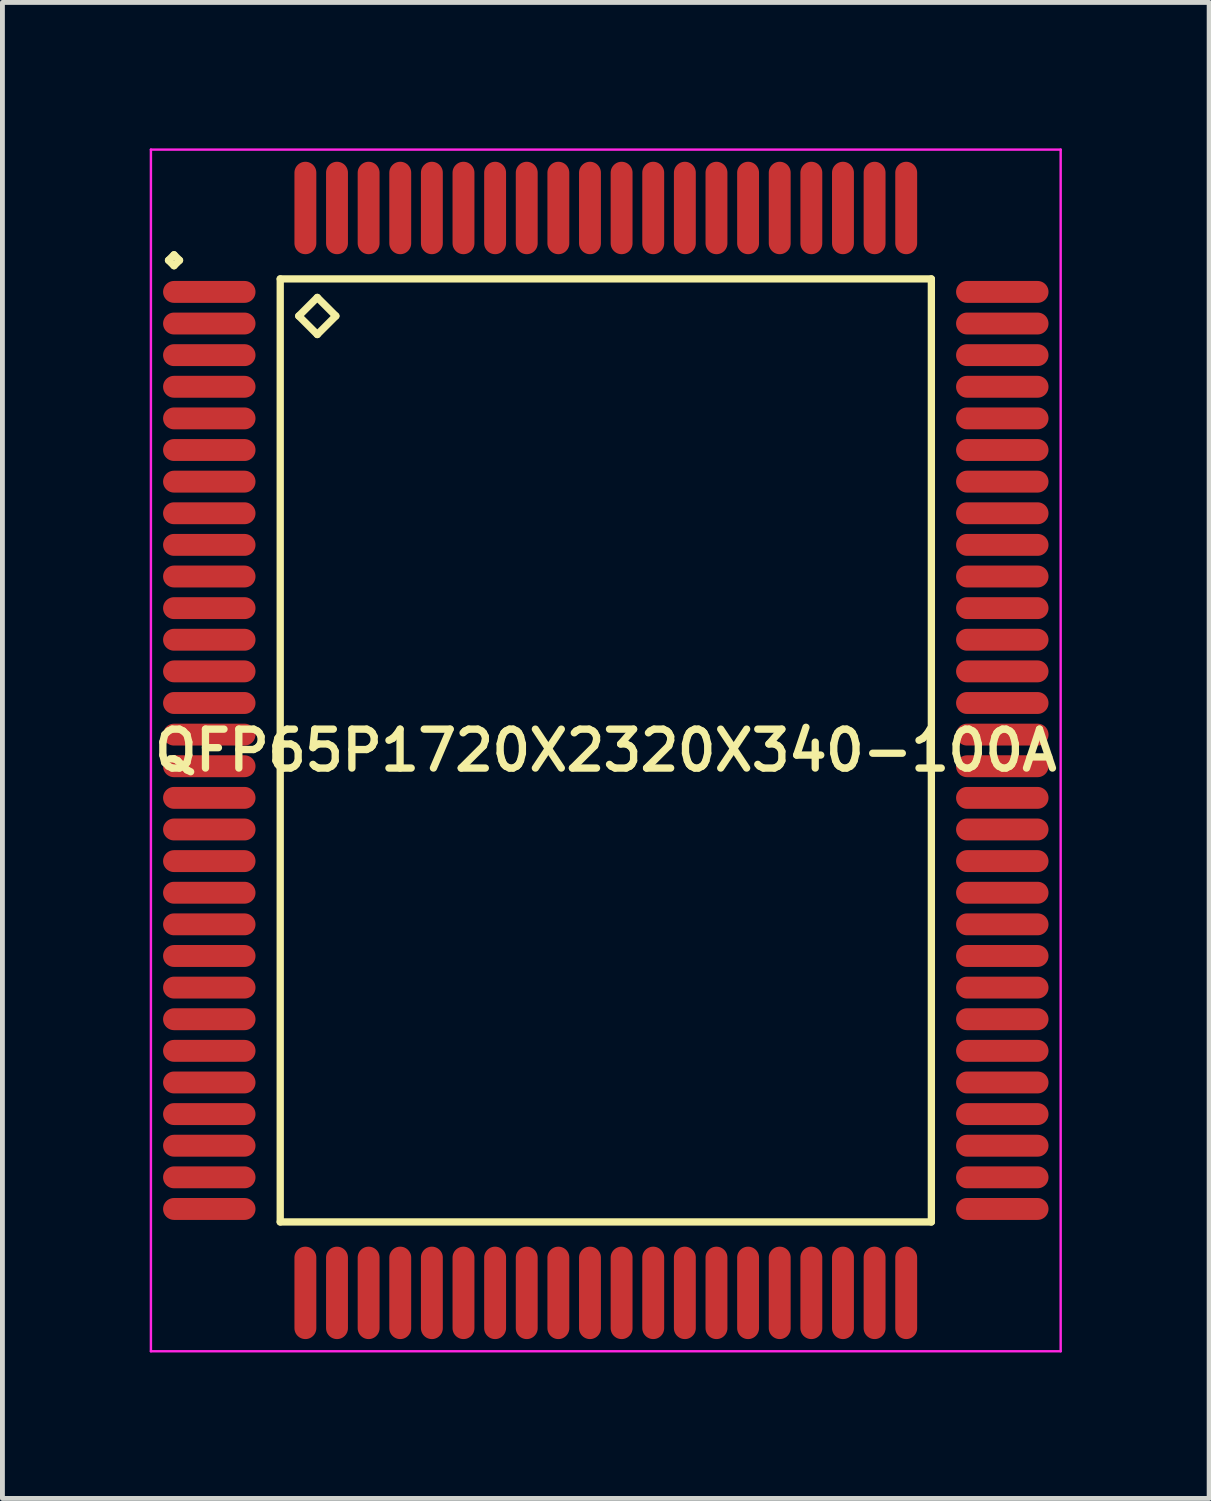
<source format=kicad_pcb>
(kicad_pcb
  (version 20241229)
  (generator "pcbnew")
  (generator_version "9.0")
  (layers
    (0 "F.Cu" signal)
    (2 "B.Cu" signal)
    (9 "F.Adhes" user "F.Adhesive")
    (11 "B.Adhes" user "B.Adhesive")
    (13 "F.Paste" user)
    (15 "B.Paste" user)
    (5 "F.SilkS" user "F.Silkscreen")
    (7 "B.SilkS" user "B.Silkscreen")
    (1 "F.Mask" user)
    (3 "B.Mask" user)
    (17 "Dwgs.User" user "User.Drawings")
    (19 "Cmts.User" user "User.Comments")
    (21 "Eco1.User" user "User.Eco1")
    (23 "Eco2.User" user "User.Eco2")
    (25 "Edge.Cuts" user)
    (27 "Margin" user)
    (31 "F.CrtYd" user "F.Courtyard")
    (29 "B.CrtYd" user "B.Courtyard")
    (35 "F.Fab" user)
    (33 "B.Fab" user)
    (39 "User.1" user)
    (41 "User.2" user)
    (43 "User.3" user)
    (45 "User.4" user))
  (footprint "QFP65P1720X2320X340-100A"
    (layer "F.Cu")
    (at 9.402 12.375)
    (property "Reference" "QFP65P1720X2320X340-100A" (at 0 0 0) (layer "F.SilkS") (effects (font (size 0.8 0.8) (thickness 0.15))))
    (attr smd)
    (fp_line (start -8.988 -10.075) (end -8.875 -10.188) (stroke (width 0.15) (type solid)) (layer "F.SilkS"))
    (fp_line (start -8.875 -10.188) (end -8.762 -10.075) (stroke (width 0.15) (type solid)) (layer "F.SilkS"))
    (fp_line (start -8.875 -9.963) (end -8.988 -10.075) (stroke (width 0.15) (type solid)) (layer "F.SilkS"))
    (fp_line (start -8.762 -10.075) (end -8.875 -9.963) (stroke (width 0.15) (type solid)) (layer "F.SilkS"))
    (fp_line (start -6.692 -9.692) (end -6.692 9.692) (stroke (width 0.15) (type solid)) (layer "F.SilkS"))
    (fp_line (start -6.692 9.692) (end 6.692 9.692) (stroke (width 0.15) (type solid)) (layer "F.SilkS"))
    (fp_line (start -6.311 -8.93) (end -5.93 -9.311) (stroke (width 0.15) (type solid)) (layer "F.SilkS"))
    (fp_line (start -5.93 -9.311) (end -5.549 -8.93) (stroke (width 0.15) (type solid)) (layer "F.SilkS"))
    (fp_line (start -5.93 -8.549) (end -6.311 -8.93) (stroke (width 0.15) (type solid)) (layer "F.SilkS"))
    (fp_line (start -5.549 -8.93) (end -5.93 -8.549) (stroke (width 0.15) (type solid)) (layer "F.SilkS"))
    (fp_line (start 6.692 -9.692) (end -6.692 -9.692) (stroke (width 0.15) (type solid)) (layer "F.SilkS"))
    (fp_line (start 6.692 9.692) (end 6.692 -9.692) (stroke (width 0.15) (type solid)) (layer "F.SilkS"))
    (fp_line (start -9.35 -12.35) (end 9.35 -12.35) (stroke (width 0.05) (type solid)) (layer "F.CrtYd"))
    (fp_line (start -9.35 12.35) (end -9.35 -12.35) (stroke (width 0.05) (type solid)) (layer "F.CrtYd"))
    (fp_line (start 9.35 -12.35) (end 9.35 12.35) (stroke (width 0.05) (type solid)) (layer "F.CrtYd"))
    (fp_line (start 9.35 12.35) (end -9.35 12.35) (stroke (width 0.05) (type solid)) (layer "F.CrtYd"))
    (pad "1" smd oval (at -8.15 -9.425) (size 1.9 0.45) (layers "F.Cu" "F.Mask" "F.Paste"))
    (pad "2" smd oval (at -8.15 -8.775) (size 1.9 0.45) (layers "F.Cu" "F.Mask" "F.Paste"))
    (pad "3" smd oval (at -8.15 -8.125) (size 1.9 0.45) (layers "F.Cu" "F.Mask" "F.Paste"))
    (pad "4" smd oval (at -8.15 -7.475) (size 1.9 0.45) (layers "F.Cu" "F.Mask" "F.Paste"))
    (pad "5" smd oval (at -8.15 -6.825) (size 1.9 0.45) (layers "F.Cu" "F.Mask" "F.Paste"))
    (pad "6" smd oval (at -8.15 -6.175) (size 1.9 0.45) (layers "F.Cu" "F.Mask" "F.Paste"))
    (pad "7" smd oval (at -8.15 -5.525) (size 1.9 0.45) (layers "F.Cu" "F.Mask" "F.Paste"))
    (pad "8" smd oval (at -8.15 -4.875) (size 1.9 0.45) (layers "F.Cu" "F.Mask" "F.Paste"))
    (pad "9" smd oval (at -8.15 -4.225) (size 1.9 0.45) (layers "F.Cu" "F.Mask" "F.Paste"))
    (pad "10" smd oval (at -8.15 -3.575) (size 1.9 0.45) (layers "F.Cu" "F.Mask" "F.Paste"))
    (pad "11" smd oval (at -8.15 -2.925) (size 1.9 0.45) (layers "F.Cu" "F.Mask" "F.Paste"))
    (pad "12" smd oval (at -8.15 -2.275) (size 1.9 0.45) (layers "F.Cu" "F.Mask" "F.Paste"))
    (pad "13" smd oval (at -8.15 -1.625) (size 1.9 0.45) (layers "F.Cu" "F.Mask" "F.Paste"))
    (pad "14" smd oval (at -8.15 -0.975) (size 1.9 0.45) (layers "F.Cu" "F.Mask" "F.Paste"))
    (pad "15" smd oval (at -8.15 -0.325) (size 1.9 0.45) (layers "F.Cu" "F.Mask" "F.Paste"))
    (pad "16" smd oval (at -8.15 0.325) (size 1.9 0.45) (layers "F.Cu" "F.Mask" "F.Paste"))
    (pad "17" smd oval (at -8.15 0.975) (size 1.9 0.45) (layers "F.Cu" "F.Mask" "F.Paste"))
    (pad "18" smd oval (at -8.15 1.625) (size 1.9 0.45) (layers "F.Cu" "F.Mask" "F.Paste"))
    (pad "19" smd oval (at -8.15 2.275) (size 1.9 0.45) (layers "F.Cu" "F.Mask" "F.Paste"))
    (pad "20" smd oval (at -8.15 2.925) (size 1.9 0.45) (layers "F.Cu" "F.Mask" "F.Paste"))
    (pad "21" smd oval (at -8.15 3.575) (size 1.9 0.45) (layers "F.Cu" "F.Mask" "F.Paste"))
    (pad "22" smd oval (at -8.15 4.225) (size 1.9 0.45) (layers "F.Cu" "F.Mask" "F.Paste"))
    (pad "23" smd oval (at -8.15 4.875) (size 1.9 0.45) (layers "F.Cu" "F.Mask" "F.Paste"))
    (pad "24" smd oval (at -8.15 5.525) (size 1.9 0.45) (layers "F.Cu" "F.Mask" "F.Paste"))
    (pad "25" smd oval (at -8.15 6.175) (size 1.9 0.45) (layers "F.Cu" "F.Mask" "F.Paste"))
    (pad "26" smd oval (at -8.15 6.825) (size 1.9 0.45) (layers "F.Cu" "F.Mask" "F.Paste"))
    (pad "27" smd oval (at -8.15 7.475) (size 1.9 0.45) (layers "F.Cu" "F.Mask" "F.Paste"))
    (pad "28" smd oval (at -8.15 8.125) (size 1.9 0.45) (layers "F.Cu" "F.Mask" "F.Paste"))
    (pad "29" smd oval (at -8.15 8.775) (size 1.9 0.45) (layers "F.Cu" "F.Mask" "F.Paste"))
    (pad "30" smd oval (at -8.15 9.425) (size 1.9 0.45) (layers "F.Cu" "F.Mask" "F.Paste"))
    (pad "31" smd oval (at -6.175 11.15) (size 0.45 1.9) (layers "F.Cu" "F.Mask" "F.Paste"))
    (pad "32" smd oval (at -5.525 11.15) (size 0.45 1.9) (layers "F.Cu" "F.Mask" "F.Paste"))
    (pad "33" smd oval (at -4.875 11.15) (size 0.45 1.9) (layers "F.Cu" "F.Mask" "F.Paste"))
    (pad "34" smd oval (at -4.225 11.15) (size 0.45 1.9) (layers "F.Cu" "F.Mask" "F.Paste"))
    (pad "35" smd oval (at -3.575 11.15) (size 0.45 1.9) (layers "F.Cu" "F.Mask" "F.Paste"))
    (pad "36" smd oval (at -2.925 11.15) (size 0.45 1.9) (layers "F.Cu" "F.Mask" "F.Paste"))
    (pad "37" smd oval (at -2.275 11.15) (size 0.45 1.9) (layers "F.Cu" "F.Mask" "F.Paste"))
    (pad "38" smd oval (at -1.625 11.15) (size 0.45 1.9) (layers "F.Cu" "F.Mask" "F.Paste"))
    (pad "39" smd oval (at -0.975 11.15) (size 0.45 1.9) (layers "F.Cu" "F.Mask" "F.Paste"))
    (pad "40" smd oval (at -0.325 11.15) (size 0.45 1.9) (layers "F.Cu" "F.Mask" "F.Paste"))
    (pad "41" smd oval (at 0.325 11.15) (size 0.45 1.9) (layers "F.Cu" "F.Mask" "F.Paste"))
    (pad "42" smd oval (at 0.975 11.15) (size 0.45 1.9) (layers "F.Cu" "F.Mask" "F.Paste"))
    (pad "43" smd oval (at 1.625 11.15) (size 0.45 1.9) (layers "F.Cu" "F.Mask" "F.Paste"))
    (pad "44" smd oval (at 2.275 11.15) (size 0.45 1.9) (layers "F.Cu" "F.Mask" "F.Paste"))
    (pad "45" smd oval (at 2.925 11.15) (size 0.45 1.9) (layers "F.Cu" "F.Mask" "F.Paste"))
    (pad "46" smd oval (at 3.575 11.15) (size 0.45 1.9) (layers "F.Cu" "F.Mask" "F.Paste"))
    (pad "47" smd oval (at 4.225 11.15) (size 0.45 1.9) (layers "F.Cu" "F.Mask" "F.Paste"))
    (pad "48" smd oval (at 4.875 11.15) (size 0.45 1.9) (layers "F.Cu" "F.Mask" "F.Paste"))
    (pad "49" smd oval (at 5.525 11.15) (size 0.45 1.9) (layers "F.Cu" "F.Mask" "F.Paste"))
    (pad "50" smd oval (at 6.175 11.15) (size 0.45 1.9) (layers "F.Cu" "F.Mask" "F.Paste"))
    (pad "51" smd oval (at 8.15 9.425) (size 1.9 0.45) (layers "F.Cu" "F.Mask" "F.Paste"))
    (pad "52" smd oval (at 8.15 8.775) (size 1.9 0.45) (layers "F.Cu" "F.Mask" "F.Paste"))
    (pad "53" smd oval (at 8.15 8.125) (size 1.9 0.45) (layers "F.Cu" "F.Mask" "F.Paste"))
    (pad "54" smd oval (at 8.15 7.475) (size 1.9 0.45) (layers "F.Cu" "F.Mask" "F.Paste"))
    (pad "55" smd oval (at 8.15 6.825) (size 1.9 0.45) (layers "F.Cu" "F.Mask" "F.Paste"))
    (pad "56" smd oval (at 8.15 6.175) (size 1.9 0.45) (layers "F.Cu" "F.Mask" "F.Paste"))
    (pad "57" smd oval (at 8.15 5.525) (size 1.9 0.45) (layers "F.Cu" "F.Mask" "F.Paste"))
    (pad "58" smd oval (at 8.15 4.875) (size 1.9 0.45) (layers "F.Cu" "F.Mask" "F.Paste"))
    (pad "59" smd oval (at 8.15 4.225) (size 1.9 0.45) (layers "F.Cu" "F.Mask" "F.Paste"))
    (pad "60" smd oval (at 8.15 3.575) (size 1.9 0.45) (layers "F.Cu" "F.Mask" "F.Paste"))
    (pad "61" smd oval (at 8.15 2.925) (size 1.9 0.45) (layers "F.Cu" "F.Mask" "F.Paste"))
    (pad "62" smd oval (at 8.15 2.275) (size 1.9 0.45) (layers "F.Cu" "F.Mask" "F.Paste"))
    (pad "63" smd oval (at 8.15 1.625) (size 1.9 0.45) (layers "F.Cu" "F.Mask" "F.Paste"))
    (pad "64" smd oval (at 8.15 0.975) (size 1.9 0.45) (layers "F.Cu" "F.Mask" "F.Paste"))
    (pad "65" smd oval (at 8.15 0.325) (size 1.9 0.45) (layers "F.Cu" "F.Mask" "F.Paste"))
    (pad "66" smd oval (at 8.15 -0.325) (size 1.9 0.45) (layers "F.Cu" "F.Mask" "F.Paste"))
    (pad "67" smd oval (at 8.15 -0.975) (size 1.9 0.45) (layers "F.Cu" "F.Mask" "F.Paste"))
    (pad "68" smd oval (at 8.15 -1.625) (size 1.9 0.45) (layers "F.Cu" "F.Mask" "F.Paste"))
    (pad "69" smd oval (at 8.15 -2.275) (size 1.9 0.45) (layers "F.Cu" "F.Mask" "F.Paste"))
    (pad "70" smd oval (at 8.15 -2.925) (size 1.9 0.45) (layers "F.Cu" "F.Mask" "F.Paste"))
    (pad "71" smd oval (at 8.15 -3.575) (size 1.9 0.45) (layers "F.Cu" "F.Mask" "F.Paste"))
    (pad "72" smd oval (at 8.15 -4.225) (size 1.9 0.45) (layers "F.Cu" "F.Mask" "F.Paste"))
    (pad "73" smd oval (at 8.15 -4.875) (size 1.9 0.45) (layers "F.Cu" "F.Mask" "F.Paste"))
    (pad "74" smd oval (at 8.15 -5.525) (size 1.9 0.45) (layers "F.Cu" "F.Mask" "F.Paste"))
    (pad "75" smd oval (at 8.15 -6.175) (size 1.9 0.45) (layers "F.Cu" "F.Mask" "F.Paste"))
    (pad "76" smd oval (at 8.15 -6.825) (size 1.9 0.45) (layers "F.Cu" "F.Mask" "F.Paste"))
    (pad "77" smd oval (at 8.15 -7.475) (size 1.9 0.45) (layers "F.Cu" "F.Mask" "F.Paste"))
    (pad "78" smd oval (at 8.15 -8.125) (size 1.9 0.45) (layers "F.Cu" "F.Mask" "F.Paste"))
    (pad "79" smd oval (at 8.15 -8.775) (size 1.9 0.45) (layers "F.Cu" "F.Mask" "F.Paste"))
    (pad "80" smd oval (at 8.15 -9.425) (size 1.9 0.45) (layers "F.Cu" "F.Mask" "F.Paste"))
    (pad "81" smd oval (at 6.175 -11.15) (size 0.45 1.9) (layers "F.Cu" "F.Mask" "F.Paste"))
    (pad "82" smd oval (at 5.525 -11.15) (size 0.45 1.9) (layers "F.Cu" "F.Mask" "F.Paste"))
    (pad "83" smd oval (at 4.875 -11.15) (size 0.45 1.9) (layers "F.Cu" "F.Mask" "F.Paste"))
    (pad "84" smd oval (at 4.225 -11.15) (size 0.45 1.9) (layers "F.Cu" "F.Mask" "F.Paste"))
    (pad "85" smd oval (at 3.575 -11.15) (size 0.45 1.9) (layers "F.Cu" "F.Mask" "F.Paste"))
    (pad "86" smd oval (at 2.925 -11.15) (size 0.45 1.9) (layers "F.Cu" "F.Mask" "F.Paste"))
    (pad "87" smd oval (at 2.275 -11.15) (size 0.45 1.9) (layers "F.Cu" "F.Mask" "F.Paste"))
    (pad "88" smd oval (at 1.625 -11.15) (size 0.45 1.9) (layers "F.Cu" "F.Mask" "F.Paste"))
    (pad "89" smd oval (at 0.975 -11.15) (size 0.45 1.9) (layers "F.Cu" "F.Mask" "F.Paste"))
    (pad "90" smd oval (at 0.325 -11.15) (size 0.45 1.9) (layers "F.Cu" "F.Mask" "F.Paste"))
    (pad "91" smd oval (at -0.325 -11.15) (size 0.45 1.9) (layers "F.Cu" "F.Mask" "F.Paste"))
    (pad "92" smd oval (at -0.975 -11.15) (size 0.45 1.9) (layers "F.Cu" "F.Mask" "F.Paste"))
    (pad "93" smd oval (at -1.625 -11.15) (size 0.45 1.9) (layers "F.Cu" "F.Mask" "F.Paste"))
    (pad "94" smd oval (at -2.275 -11.15) (size 0.45 1.9) (layers "F.Cu" "F.Mask" "F.Paste"))
    (pad "95" smd oval (at -2.925 -11.15) (size 0.45 1.9) (layers "F.Cu" "F.Mask" "F.Paste"))
    (pad "96" smd oval (at -3.575 -11.15) (size 0.45 1.9) (layers "F.Cu" "F.Mask" "F.Paste"))
    (pad "97" smd oval (at -4.225 -11.15) (size 0.45 1.9) (layers "F.Cu" "F.Mask" "F.Paste"))
    (pad "98" smd oval (at -4.875 -11.15) (size 0.45 1.9) (layers "F.Cu" "F.Mask" "F.Paste"))
    (pad "99" smd oval (at -5.525 -11.15) (size 0.45 1.9) (layers "F.Cu" "F.Mask" "F.Paste"))
    (pad "100" smd oval (at -6.175 -11.15) (size 0.45 1.9) (layers "F.Cu" "F.Mask" "F.Paste")))
  (gr_rect
    (start -3 -3)
    (end 21.804 27.75)
    (stroke (width 0.1) (type default))
    (fill no)
    (layer "Edge.Cuts")))
</source>
